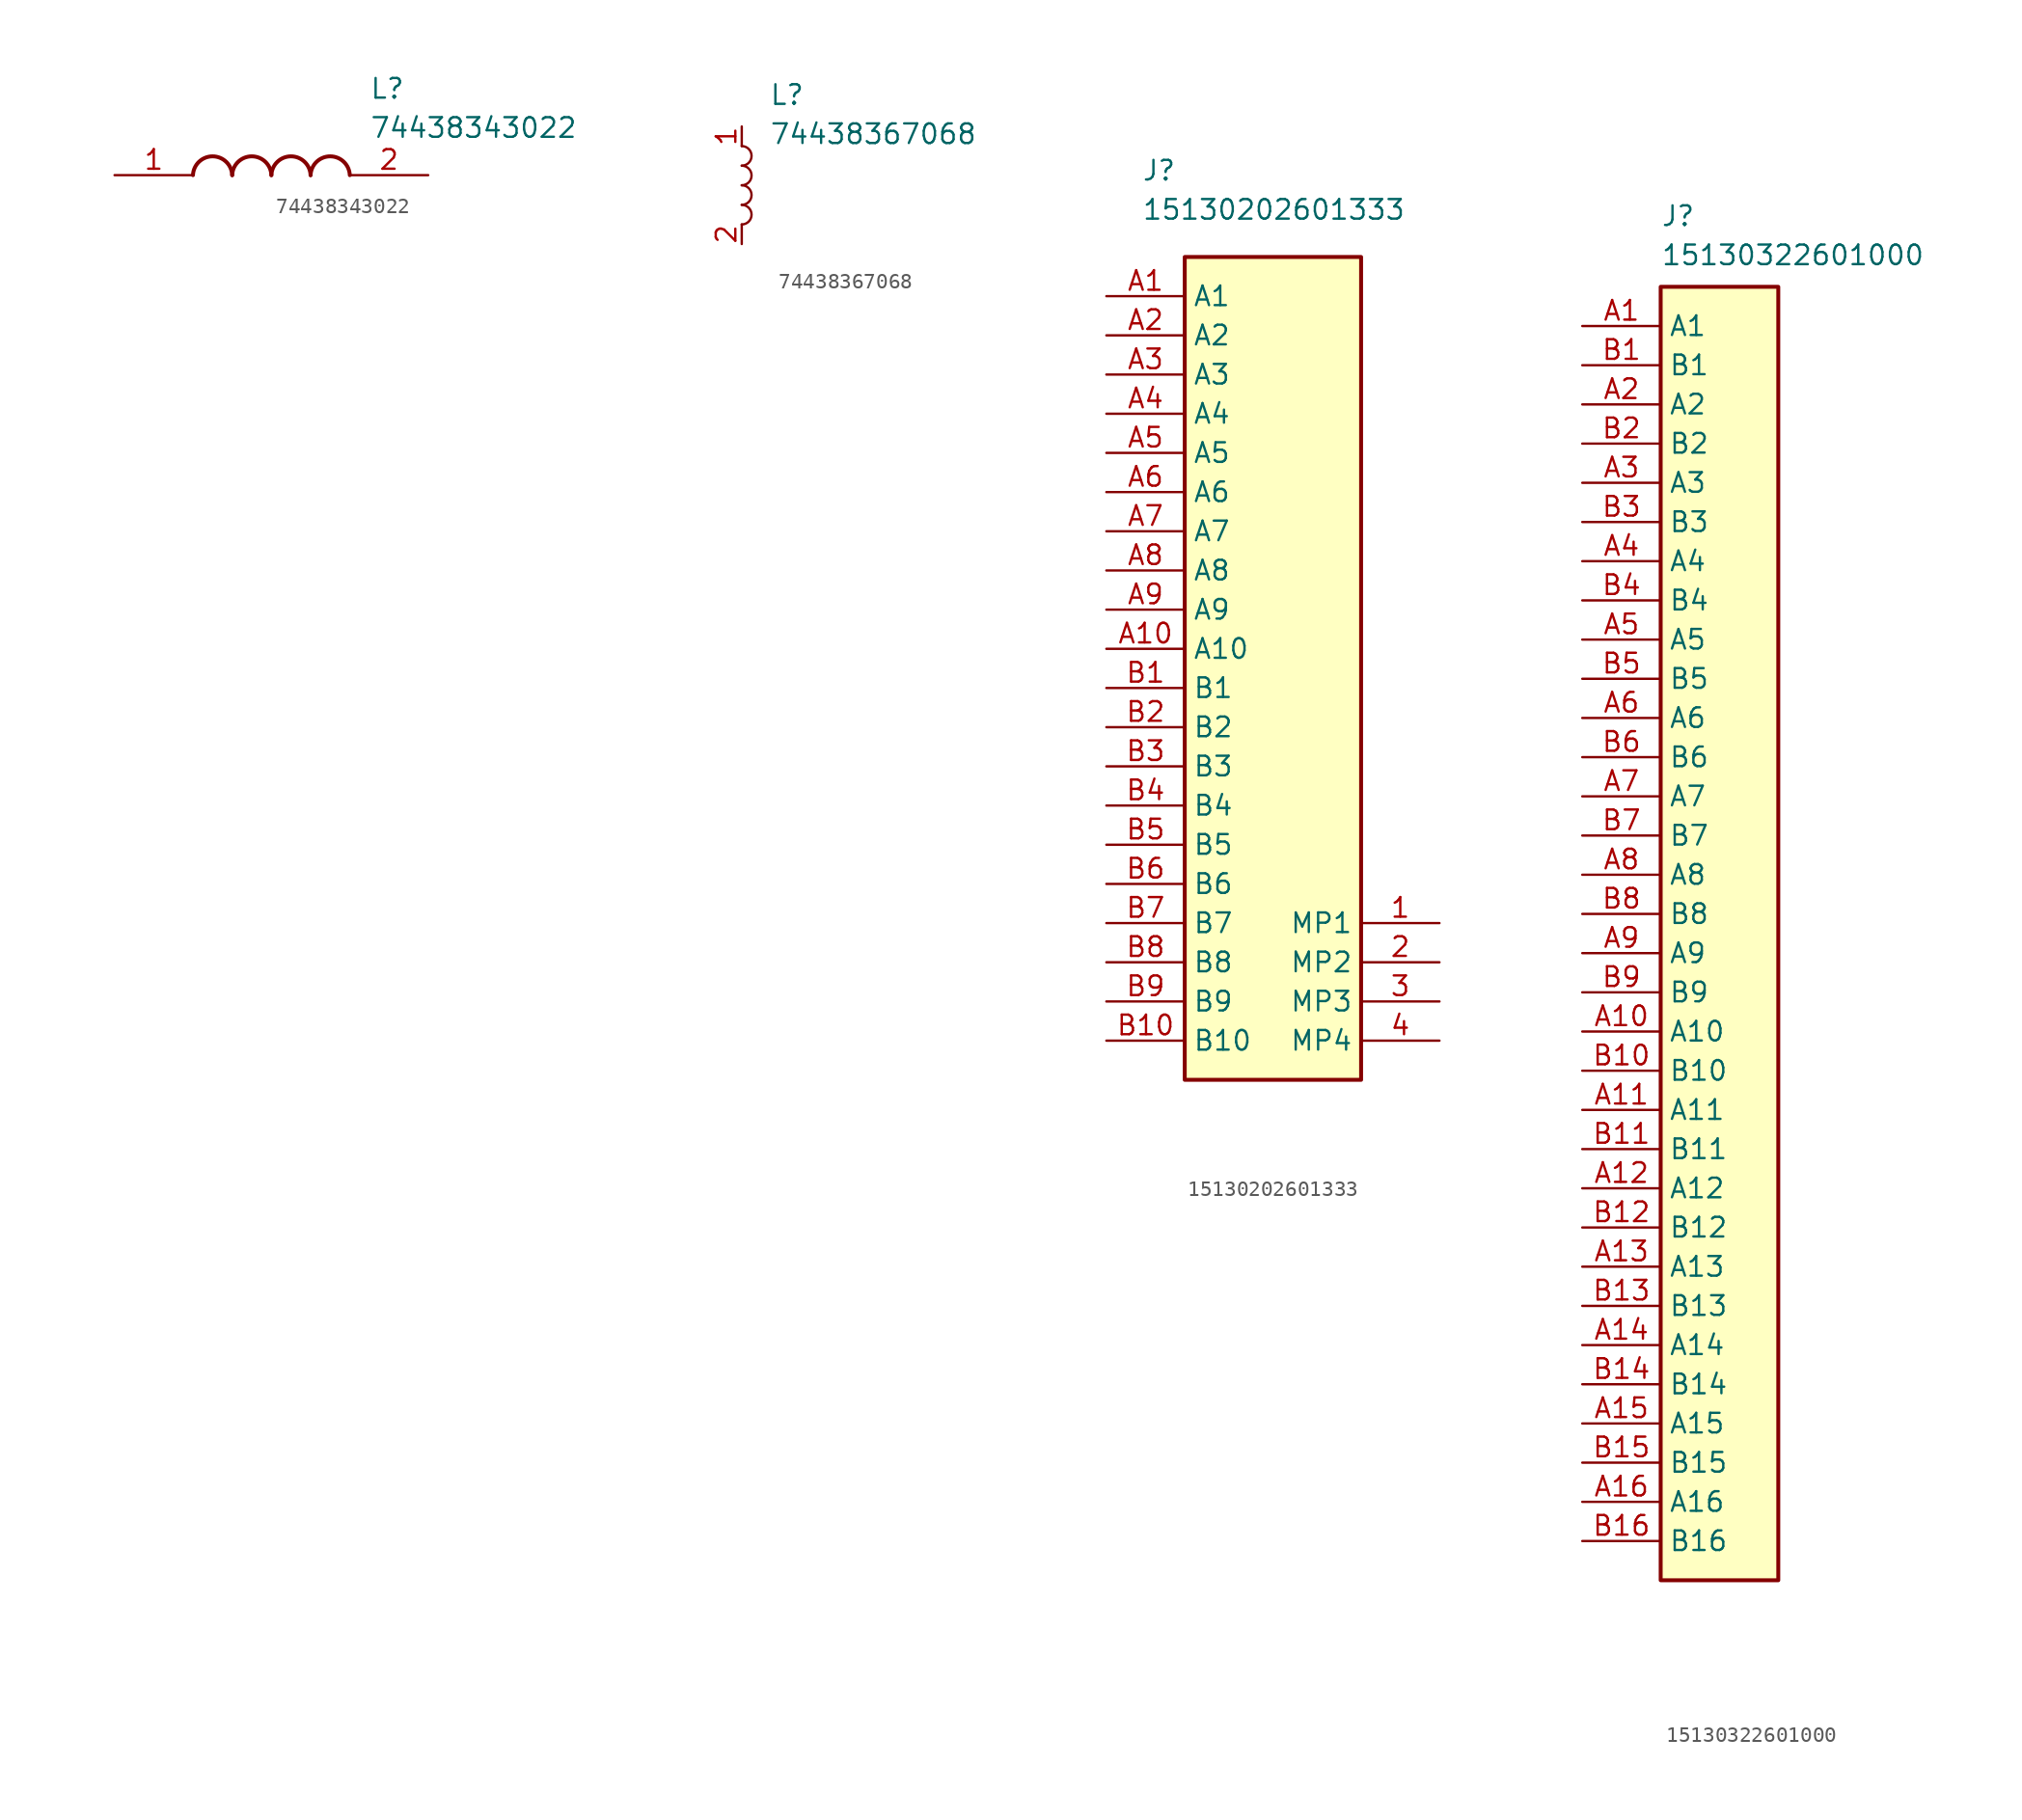
<source format=kicad_sym>
(kicad_symbol_lib
  (version 20241209)
  (generator "kicad_symbol_editor")
  (generator_version "9.0")
  (symbol "74438343022"
    (pin_names
      (hide yes))
    (property "Reference" "L"
      (at 6.35 6.35 0)
      (effects (font (size 1.27 1.27)) (justify left top)))
    (property "Value" "74438343022"
      (at 6.35 3.81 0)
      (effects (font (size 1.27 1.27)) (justify left top)))
    (symbol "74438343022_1_1"
      (arc (start -5.08 0) (mid -3.81 1.219) (end -2.54 0) (stroke (width 0.254) (type default)) (fill (type none)))
      (arc (start -2.54 0) (mid -1.27 1.219) (end 0 0) (stroke (width 0.254) (type default)) (fill (type none)))
      (arc (start 0 0) (mid 1.27 1.219) (end 2.54 0) (stroke (width 0.254) (type default)) (fill (type none)))
      (arc (start 2.54 0) (mid 3.81 1.219) (end 5.08 0) (stroke (width 0.254) (type default)) (fill (type none)))
      (pin passive line (at -10.16 0 0) (length 5.08) (name "1" (effects (font (size 1.27 1.27)))) (number "1" (effects (font (size 1.27 1.27)))))
      (pin passive line (at 10.16 0 180) (length 5.08) (name "2" (effects (font (size 1.27 1.27)))) (number "2" (effects (font (size 1.27 1.27)))))))
  (symbol "74438367068"
    (pin_names
      (hide yes))
    (property "Reference" "L"
      (at 1.778 6.604 0)
      (effects (font (size 1.27 1.27)) (justify left top)))
    (property "Value" "74438367068"
      (at 1.778 4.064 0)
      (effects (font (size 1.27 1.27)) (justify left top)))
    (symbol "74438367068_0_1"
      (arc (start 0 2.54) (mid 0.6323 1.905) (end 0 1.27) (stroke (width 0) (type default)) (fill (type none)))
      (arc (start 0 1.27) (mid 0.6323 0.635) (end 0 0) (stroke (width 0) (type default)) (fill (type none)))
      (arc (start 0 0) (mid 0.6323 -0.635) (end 0 -1.27) (stroke (width 0) (type default)) (fill (type none)))
      (arc (start 0 -1.27) (mid 0.6323 -1.905) (end 0 -2.54) (stroke (width 0) (type default)) (fill (type none))))
    (symbol "74438367068_1_1"
      (pin passive line (at 0 3.81 270) (length 1.27) (name "1" (effects (font (size 1.27 1.27)))) (number "1" (effects (font (size 1.27 1.27)))))
      (pin passive line (at 0 -3.81 90) (length 1.27) (name "2" (effects (font (size 1.27 1.27)))) (number "2" (effects (font (size 1.27 1.27)))))))
  (symbol "15130202601333"
    (property "Reference" "J"
      (at -7.874 31.75 0)
      (effects (font (size 1.27 1.27)) (justify left top)))
    (property "Value" "15130202601333"
      (at -7.874 29.21 0)
      (effects (font (size 1.27 1.27)) (justify left top)))
    (symbol "15130202601333_1_1"
      (rectangle (start -5.08 25.4) (end 6.35 -27.94) (stroke (width 0.254) (type default)) (fill (type background)))
      (pin passive line (at -10.16 22.86 0) (length 5.08) (name "A1" (effects (font (size 1.27 1.27)))) (number "A1" (effects (font (size 1.27 1.27)))))
      (pin passive line (at -10.16 20.32 0) (length 5.08) (name "A2" (effects (font (size 1.27 1.27)))) (number "A2" (effects (font (size 1.27 1.27)))))
      (pin passive line (at -10.16 17.78 0) (length 5.08) (name "A3" (effects (font (size 1.27 1.27)))) (number "A3" (effects (font (size 1.27 1.27)))))
      (pin passive line (at -10.16 15.24 0) (length 5.08) (name "A4" (effects (font (size 1.27 1.27)))) (number "A4" (effects (font (size 1.27 1.27)))))
      (pin passive line (at -10.16 12.7 0) (length 5.08) (name "A5" (effects (font (size 1.27 1.27)))) (number "A5" (effects (font (size 1.27 1.27)))))
      (pin passive line (at -10.16 10.16 0) (length 5.08) (name "A6" (effects (font (size 1.27 1.27)))) (number "A6" (effects (font (size 1.27 1.27)))))
      (pin passive line (at -10.16 7.62 0) (length 5.08) (name "A7" (effects (font (size 1.27 1.27)))) (number "A7" (effects (font (size 1.27 1.27)))))
      (pin passive line (at -10.16 5.08 0) (length 5.08) (name "A8" (effects (font (size 1.27 1.27)))) (number "A8" (effects (font (size 1.27 1.27)))))
      (pin passive line (at -10.16 2.54 0) (length 5.08) (name "A9" (effects (font (size 1.27 1.27)))) (number "A9" (effects (font (size 1.27 1.27)))))
      (pin passive line (at -10.16 0 0) (length 5.08) (name "A10" (effects (font (size 1.27 1.27)))) (number "A10" (effects (font (size 1.27 1.27)))))
      (pin passive line (at -10.16 -2.54 0) (length 5.08) (name "B1" (effects (font (size 1.27 1.27)))) (number "B1" (effects (font (size 1.27 1.27)))))
      (pin passive line (at -10.16 -5.08 0) (length 5.08) (name "B2" (effects (font (size 1.27 1.27)))) (number "B2" (effects (font (size 1.27 1.27)))))
      (pin passive line (at -10.16 -7.62 0) (length 5.08) (name "B3" (effects (font (size 1.27 1.27)))) (number "B3" (effects (font (size 1.27 1.27)))))
      (pin passive line (at -10.16 -10.16 0) (length 5.08) (name "B4" (effects (font (size 1.27 1.27)))) (number "B4" (effects (font (size 1.27 1.27)))))
      (pin passive line (at -10.16 -12.7 0) (length 5.08) (name "B5" (effects (font (size 1.27 1.27)))) (number "B5" (effects (font (size 1.27 1.27)))))
      (pin passive line (at -10.16 -15.24 0) (length 5.08) (name "B6" (effects (font (size 1.27 1.27)))) (number "B6" (effects (font (size 1.27 1.27)))))
      (pin passive line (at -10.16 -17.78 0) (length 5.08) (name "B7" (effects (font (size 1.27 1.27)))) (number "B7" (effects (font (size 1.27 1.27)))))
      (pin passive line (at -10.16 -20.32 0) (length 5.08) (name "B8" (effects (font (size 1.27 1.27)))) (number "B8" (effects (font (size 1.27 1.27)))))
      (pin passive line (at -10.16 -22.86 0) (length 5.08) (name "B9" (effects (font (size 1.27 1.27)))) (number "B9" (effects (font (size 1.27 1.27)))))
      (pin passive line (at -10.16 -25.4 0) (length 5.08) (name "B10" (effects (font (size 1.27 1.27)))) (number "B10" (effects (font (size 1.27 1.27)))))
      (pin passive line (at 11.43 -17.78 180) (length 5.08) (name "MP1" (effects (font (size 1.27 1.27)))) (number "1" (effects (font (size 1.27 1.27)))))
      (pin passive line (at 11.43 -20.32 180) (length 5.08) (name "MP2" (effects (font (size 1.27 1.27)))) (number "2" (effects (font (size 1.27 1.27)))))
      (pin passive line (at 11.43 -22.86 180) (length 5.08) (name "MP3" (effects (font (size 1.27 1.27)))) (number "3" (effects (font (size 1.27 1.27)))))
      (pin passive line (at 11.43 -25.4 180) (length 5.08) (name "MP4" (effects (font (size 1.27 1.27)))) (number "4" (effects (font (size 1.27 1.27)))))))
  (symbol "15130322601000"
    (property "Reference" "J"
      (at -7.62 5.334 0)
      (effects (font (size 1.27 1.27)) (justify left top)))
    (property "Value" "15130322601000"
      (at -7.62 2.794 0)
      (effects (font (size 1.27 1.27)) (justify left top)))
    (symbol "15130322601000_1_1"
      (rectangle (start -7.62 0) (end 0 -83.82) (stroke (width 0.254) (type default)) (fill (type background)))
      (pin passive line (at -12.7 -2.54 0) (length 5.08) (name "A1" (effects (font (size 1.27 1.27)))) (number "A1" (effects (font (size 1.27 1.27)))))
      (pin passive line (at -12.7 -5.08 0) (length 5.08) (name "B1" (effects (font (size 1.27 1.27)))) (number "B1" (effects (font (size 1.27 1.27)))))
      (pin passive line (at -12.7 -7.62 0) (length 5.08) (name "A2" (effects (font (size 1.27 1.27)))) (number "A2" (effects (font (size 1.27 1.27)))))
      (pin passive line (at -12.7 -10.16 0) (length 5.08) (name "B2" (effects (font (size 1.27 1.27)))) (number "B2" (effects (font (size 1.27 1.27)))))
      (pin passive line (at -12.7 -12.7 0) (length 5.08) (name "A3" (effects (font (size 1.27 1.27)))) (number "A3" (effects (font (size 1.27 1.27)))))
      (pin passive line (at -12.7 -15.24 0) (length 5.08) (name "B3" (effects (font (size 1.27 1.27)))) (number "B3" (effects (font (size 1.27 1.27)))))
      (pin passive line (at -12.7 -17.78 0) (length 5.08) (name "A4" (effects (font (size 1.27 1.27)))) (number "A4" (effects (font (size 1.27 1.27)))))
      (pin passive line (at -12.7 -20.32 0) (length 5.08) (name "B4" (effects (font (size 1.27 1.27)))) (number "B4" (effects (font (size 1.27 1.27)))))
      (pin passive line (at -12.7 -22.86 0) (length 5.08) (name "A5" (effects (font (size 1.27 1.27)))) (number "A5" (effects (font (size 1.27 1.27)))))
      (pin passive line (at -12.7 -25.4 0) (length 5.08) (name "B5" (effects (font (size 1.27 1.27)))) (number "B5" (effects (font (size 1.27 1.27)))))
      (pin passive line (at -12.7 -27.94 0) (length 5.08) (name "A6" (effects (font (size 1.27 1.27)))) (number "A6" (effects (font (size 1.27 1.27)))))
      (pin passive line (at -12.7 -30.48 0) (length 5.08) (name "B6" (effects (font (size 1.27 1.27)))) (number "B6" (effects (font (size 1.27 1.27)))))
      (pin passive line (at -12.7 -33.02 0) (length 5.08) (name "A7" (effects (font (size 1.27 1.27)))) (number "A7" (effects (font (size 1.27 1.27)))))
      (pin passive line (at -12.7 -35.56 0) (length 5.08) (name "B7" (effects (font (size 1.27 1.27)))) (number "B7" (effects (font (size 1.27 1.27)))))
      (pin passive line (at -12.7 -38.1 0) (length 5.08) (name "A8" (effects (font (size 1.27 1.27)))) (number "A8" (effects (font (size 1.27 1.27)))))
      (pin passive line (at -12.7 -40.64 0) (length 5.08) (name "B8" (effects (font (size 1.27 1.27)))) (number "B8" (effects (font (size 1.27 1.27)))))
      (pin passive line (at -12.7 -43.18 0) (length 5.08) (name "A9" (effects (font (size 1.27 1.27)))) (number "A9" (effects (font (size 1.27 1.27)))))
      (pin passive line (at -12.7 -45.72 0) (length 5.08) (name "B9" (effects (font (size 1.27 1.27)))) (number "B9" (effects (font (size 1.27 1.27)))))
      (pin passive line (at -12.7 -48.26 0) (length 5.08) (name "A10" (effects (font (size 1.27 1.27)))) (number "A10" (effects (font (size 1.27 1.27)))))
      (pin passive line (at -12.7 -50.8 0) (length 5.08) (name "B10" (effects (font (size 1.27 1.27)))) (number "B10" (effects (font (size 1.27 1.27)))))
      (pin passive line (at -12.7 -53.34 0) (length 5.08) (name "A11" (effects (font (size 1.27 1.27)))) (number "A11" (effects (font (size 1.27 1.27)))))
      (pin passive line (at -12.7 -55.88 0) (length 5.08) (name "B11" (effects (font (size 1.27 1.27)))) (number "B11" (effects (font (size 1.27 1.27)))))
      (pin passive line (at -12.7 -58.42 0) (length 5.08) (name "A12" (effects (font (size 1.27 1.27)))) (number "A12" (effects (font (size 1.27 1.27)))))
      (pin passive line (at -12.7 -60.96 0) (length 5.08) (name "B12" (effects (font (size 1.27 1.27)))) (number "B12" (effects (font (size 1.27 1.27)))))
      (pin passive line (at -12.7 -63.5 0) (length 5.08) (name "A13" (effects (font (size 1.27 1.27)))) (number "A13" (effects (font (size 1.27 1.27)))))
      (pin passive line (at -12.7 -66.04 0) (length 5.08) (name "B13" (effects (font (size 1.27 1.27)))) (number "B13" (effects (font (size 1.27 1.27)))))
      (pin passive line (at -12.7 -68.58 0) (length 5.08) (name "A14" (effects (font (size 1.27 1.27)))) (number "A14" (effects (font (size 1.27 1.27)))))
      (pin passive line (at -12.7 -71.12 0) (length 5.08) (name "B14" (effects (font (size 1.27 1.27)))) (number "B14" (effects (font (size 1.27 1.27)))))
      (pin passive line (at -12.7 -73.66 0) (length 5.08) (name "A15" (effects (font (size 1.27 1.27)))) (number "A15" (effects (font (size 1.27 1.27)))))
      (pin passive line (at -12.7 -76.2 0) (length 5.08) (name "B15" (effects (font (size 1.27 1.27)))) (number "B15" (effects (font (size 1.27 1.27)))))
      (pin passive line (at -12.7 -78.74 0) (length 5.08) (name "A16" (effects (font (size 1.27 1.27)))) (number "A16" (effects (font (size 1.27 1.27)))))
      (pin passive line (at -12.7 -81.28 0) (length 5.08) (name "B16" (effects (font (size 1.27 1.27)))) (number "B16" (effects (font (size 1.27 1.27))))))))
</source>
